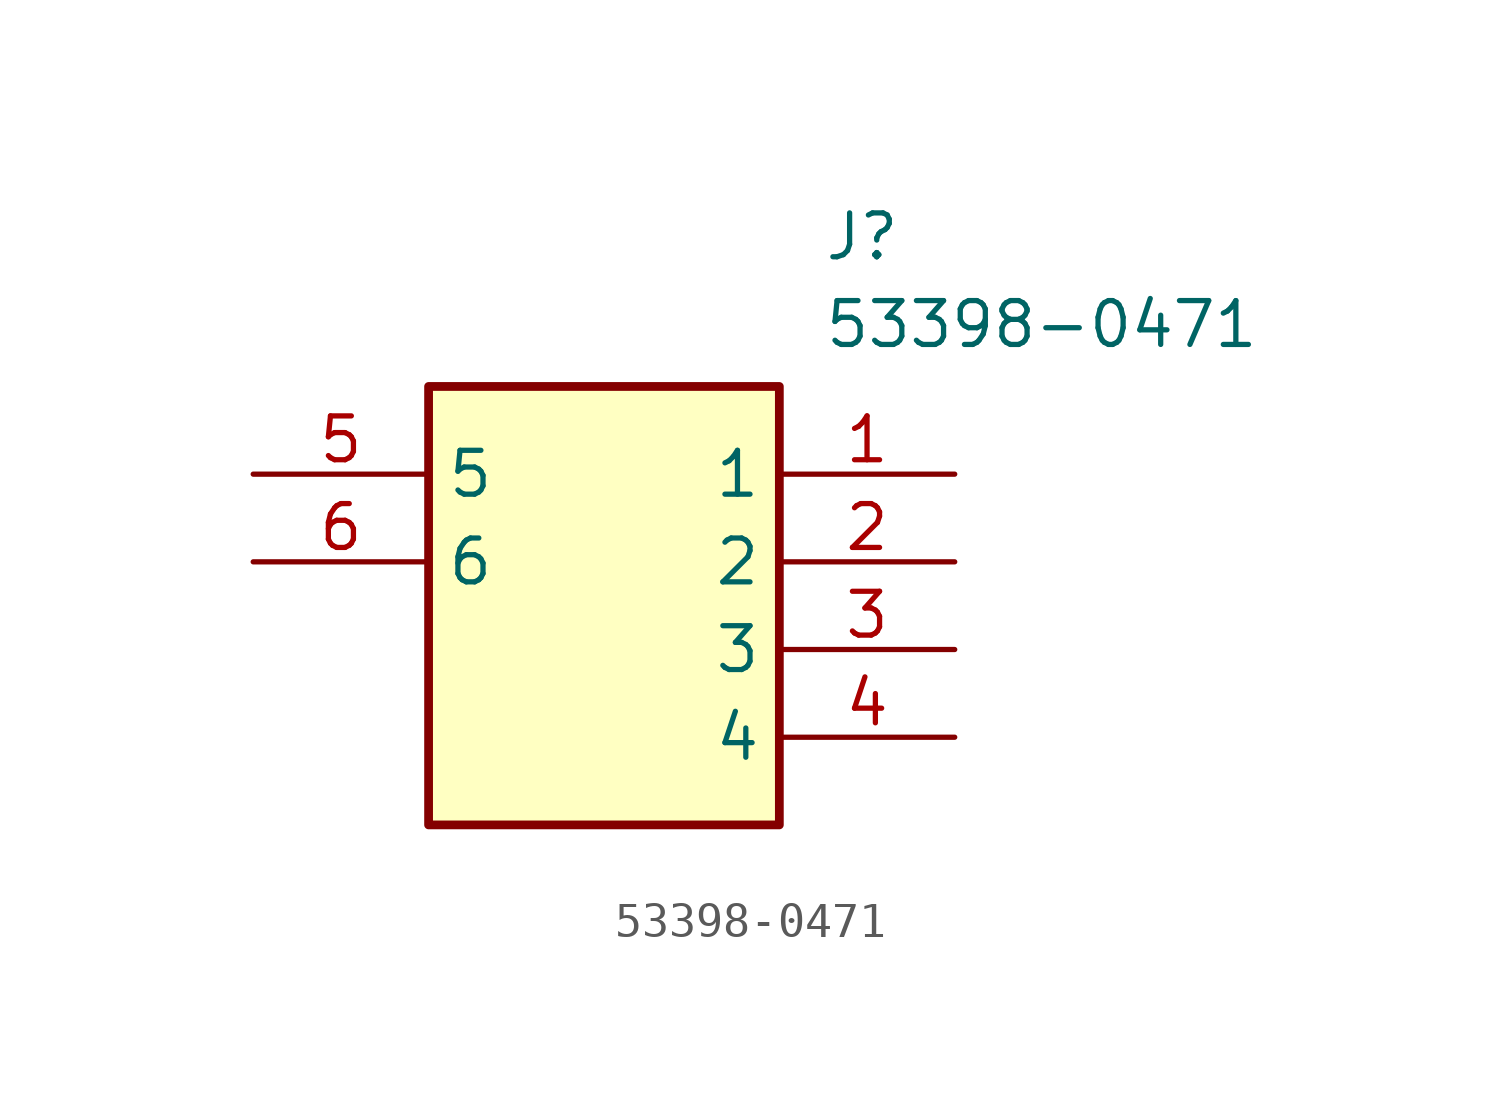
<source format=kicad_sym>
(kicad_symbol_lib
  (version 20211014)
  (generator SamacSys_ECAD_Model)
  (symbol "53398-0471"
    (property "Reference" "J"
      (at 16.51 7.62 0)
      (effects (font (size 1.27 1.27)) (justify left top)))
    (property "Value" "53398-0471"
      (at 16.51 5.08 0)
      (effects (font (size 1.27 1.27)) (justify left top)))
    (rectangle
      (start 5.08 2.54)
      (end 15.24 -10.16)
      (stroke (width 0.254) (type default))
      (fill (type background)))
    (pin passive line
      (at 20.32 0 180)
      (length 5.08)
      (name "1" (effects (font (size 1.27 1.27))))
      (number "1" (effects (font (size 1.27 1.27)))))
    (pin passive line
      (at 20.32 -2.54 180)
      (length 5.08)
      (name "2" (effects (font (size 1.27 1.27))))
      (number "2" (effects (font (size 1.27 1.27)))))
    (pin passive line
      (at 20.32 -5.08 180)
      (length 5.08)
      (name "3" (effects (font (size 1.27 1.27))))
      (number "3" (effects (font (size 1.27 1.27)))))
    (pin passive line
      (at 20.32 -7.62 180)
      (length 5.08)
      (name "4" (effects (font (size 1.27 1.27))))
      (number "4" (effects (font (size 1.27 1.27)))))
    (pin passive line
      (at 0 0 0)
      (length 5.08)
      (name "5" (effects (font (size 1.27 1.27))))
      (number "5" (effects (font (size 1.27 1.27)))))
    (pin passive line
      (at 0 -2.54 0)
      (length 5.08)
      (name "6" (effects (font (size 1.27 1.27))))
      (number "6" (effects (font (size 1.27 1.27)))))))
</source>
